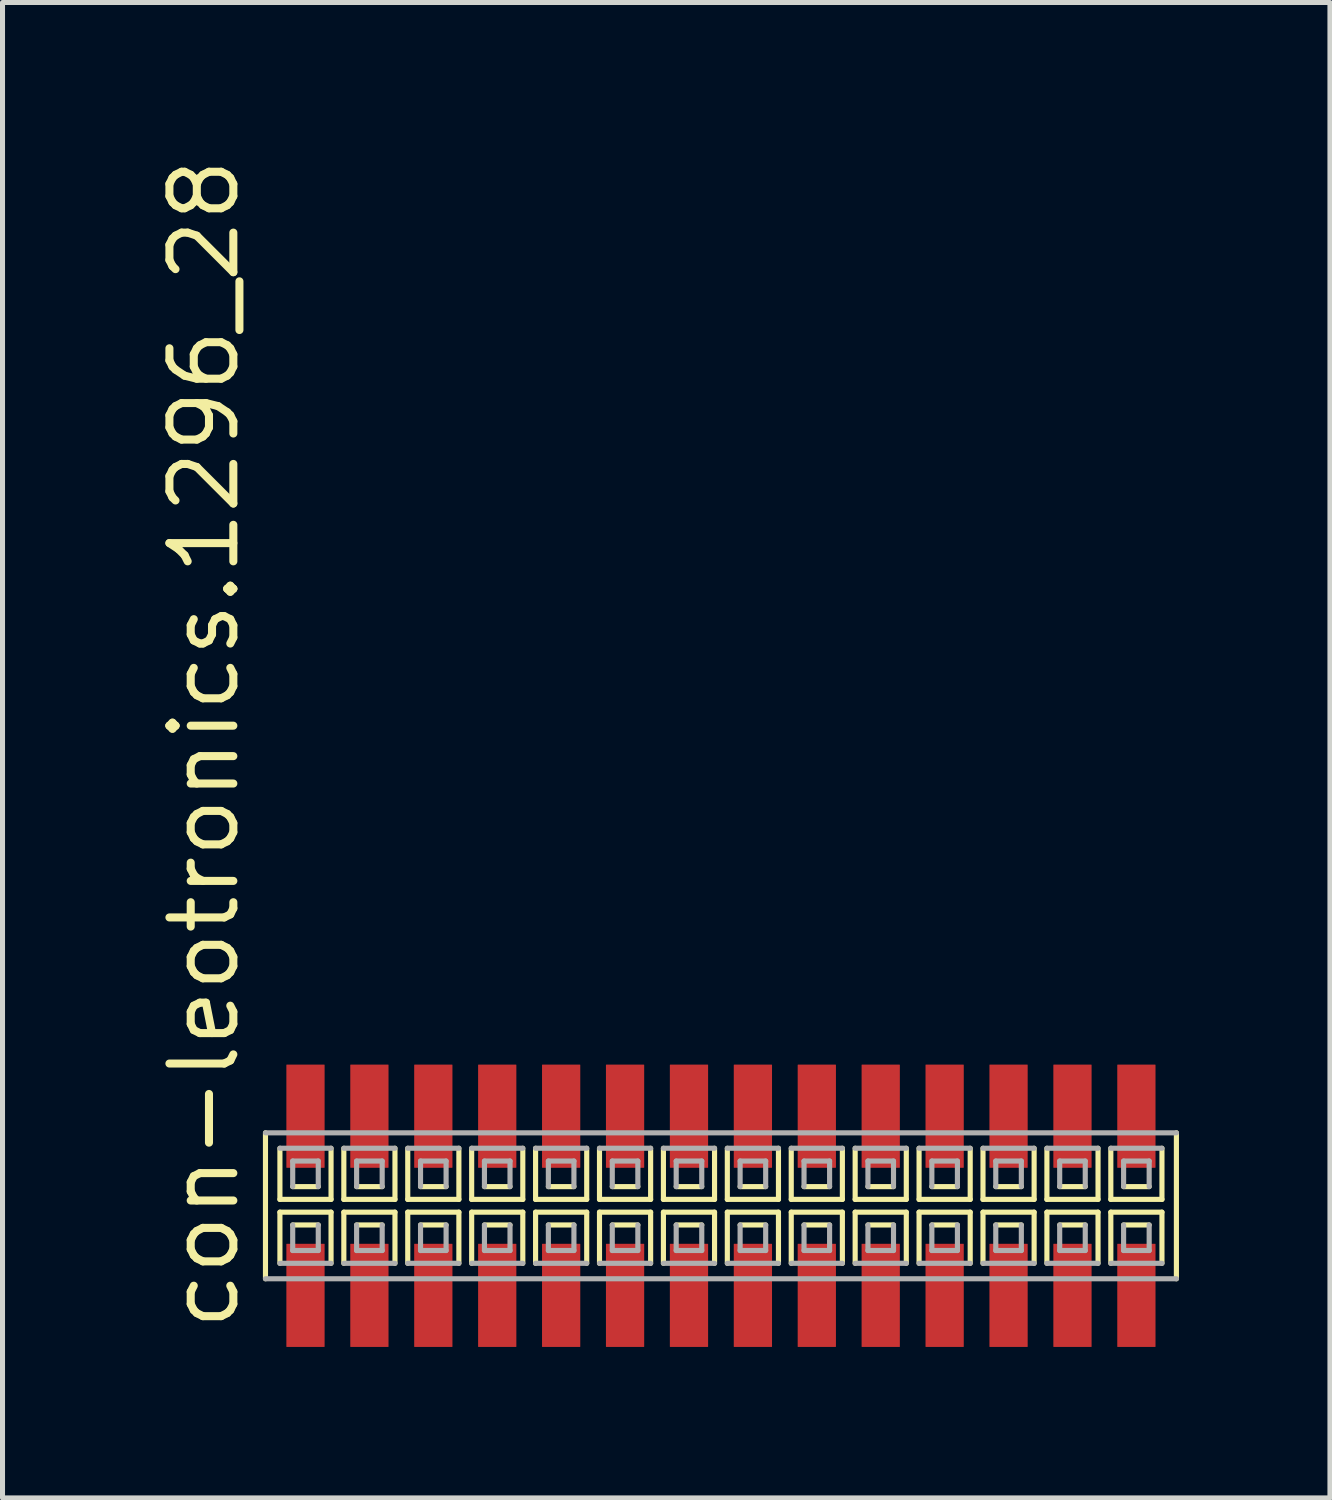
<source format=kicad_pcb>
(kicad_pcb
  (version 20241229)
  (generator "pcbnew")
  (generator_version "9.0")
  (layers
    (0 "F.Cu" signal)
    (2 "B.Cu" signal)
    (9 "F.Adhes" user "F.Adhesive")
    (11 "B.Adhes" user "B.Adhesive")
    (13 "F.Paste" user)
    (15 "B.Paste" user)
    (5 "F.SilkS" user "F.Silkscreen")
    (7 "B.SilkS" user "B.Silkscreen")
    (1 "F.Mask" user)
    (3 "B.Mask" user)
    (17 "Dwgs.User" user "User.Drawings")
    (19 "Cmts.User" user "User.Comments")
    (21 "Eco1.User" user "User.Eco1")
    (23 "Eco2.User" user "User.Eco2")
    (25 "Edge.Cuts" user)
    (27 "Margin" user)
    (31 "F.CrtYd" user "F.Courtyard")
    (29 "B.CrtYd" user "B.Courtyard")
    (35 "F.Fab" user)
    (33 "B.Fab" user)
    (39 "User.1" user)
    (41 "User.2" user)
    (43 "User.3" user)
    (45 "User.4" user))
  (footprint "con-leotronics.1296_28"
    (layer "F.Cu")
    (at 11.275 20.909)
    (property "Reference" "con-leotronics.1296_28" (at -9.525 2.54 90) (layer "F.SilkS") (effects (font (size 1.27 1.27) (thickness 0.16)) (justify left bottom)))
    (attr smd)
    (fp_line (start -9.05 -1.45) (end -9.05 1.45) (stroke (width 0.102) (type default)) (layer "F.SilkS"))
    (fp_line (start -8.763 -1.143) (end -8.763 -0.127) (stroke (width 0.102) (type default)) (layer "F.SilkS"))
    (fp_line (start -8.763 -0.127) (end -7.747 -0.127) (stroke (width 0.102) (type default)) (layer "F.SilkS"))
    (fp_line (start -8.763 0.127) (end -8.763 1.143) (stroke (width 0.102) (type default)) (layer "F.SilkS"))
    (fp_line (start -8.509 -0.381) (end -8.001 -0.381) (stroke (width 0.102) (type default)) (layer "F.SilkS"))
    (fp_line (start -8.001 0.381) (end -8.509 0.381) (stroke (width 0.102) (type default)) (layer "F.SilkS"))
    (fp_line (start -7.747 -0.127) (end -7.747 -1.143) (stroke (width 0.102) (type default)) (layer "F.SilkS"))
    (fp_line (start -7.747 0.127) (end -8.763 0.127) (stroke (width 0.102) (type default)) (layer "F.SilkS"))
    (fp_line (start -7.747 1.143) (end -7.747 0.127) (stroke (width 0.102) (type default)) (layer "F.SilkS"))
    (fp_line (start -7.493 -1.143) (end -7.493 -0.127) (stroke (width 0.102) (type default)) (layer "F.SilkS"))
    (fp_line (start -7.493 -0.127) (end -6.477 -0.127) (stroke (width 0.102) (type default)) (layer "F.SilkS"))
    (fp_line (start -7.493 0.127) (end -7.493 1.143) (stroke (width 0.102) (type default)) (layer "F.SilkS"))
    (fp_line (start -7.239 -0.381) (end -6.731 -0.381) (stroke (width 0.102) (type default)) (layer "F.SilkS"))
    (fp_line (start -6.731 0.381) (end -7.239 0.381) (stroke (width 0.102) (type default)) (layer "F.SilkS"))
    (fp_line (start -6.477 -0.127) (end -6.477 -1.143) (stroke (width 0.102) (type default)) (layer "F.SilkS"))
    (fp_line (start -6.477 0.127) (end -7.493 0.127) (stroke (width 0.102) (type default)) (layer "F.SilkS"))
    (fp_line (start -6.477 1.143) (end -6.477 0.127) (stroke (width 0.102) (type default)) (layer "F.SilkS"))
    (fp_line (start -6.223 -1.143) (end -6.223 -0.127) (stroke (width 0.102) (type default)) (layer "F.SilkS"))
    (fp_line (start -6.223 -0.127) (end -5.207 -0.127) (stroke (width 0.102) (type default)) (layer "F.SilkS"))
    (fp_line (start -6.223 0.127) (end -6.223 1.143) (stroke (width 0.102) (type default)) (layer "F.SilkS"))
    (fp_line (start -5.969 -0.381) (end -5.461 -0.381) (stroke (width 0.102) (type default)) (layer "F.SilkS"))
    (fp_line (start -5.461 0.381) (end -5.969 0.381) (stroke (width 0.102) (type default)) (layer "F.SilkS"))
    (fp_line (start -5.207 -0.127) (end -5.207 -1.143) (stroke (width 0.102) (type default)) (layer "F.SilkS"))
    (fp_line (start -5.207 0.127) (end -6.223 0.127) (stroke (width 0.102) (type default)) (layer "F.SilkS"))
    (fp_line (start -5.207 1.143) (end -5.207 0.127) (stroke (width 0.102) (type default)) (layer "F.SilkS"))
    (fp_line (start -4.953 -1.143) (end -4.953 -0.127) (stroke (width 0.102) (type default)) (layer "F.SilkS"))
    (fp_line (start -4.953 -0.127) (end -3.937 -0.127) (stroke (width 0.102) (type default)) (layer "F.SilkS"))
    (fp_line (start -4.953 0.127) (end -4.953 1.143) (stroke (width 0.102) (type default)) (layer "F.SilkS"))
    (fp_line (start -4.699 -0.381) (end -4.191 -0.381) (stroke (width 0.102) (type default)) (layer "F.SilkS"))
    (fp_line (start -4.191 0.381) (end -4.699 0.381) (stroke (width 0.102) (type default)) (layer "F.SilkS"))
    (fp_line (start -3.937 -0.127) (end -3.937 -1.143) (stroke (width 0.102) (type default)) (layer "F.SilkS"))
    (fp_line (start -3.937 0.127) (end -4.953 0.127) (stroke (width 0.102) (type default)) (layer "F.SilkS"))
    (fp_line (start -3.937 1.143) (end -3.937 0.127) (stroke (width 0.102) (type default)) (layer "F.SilkS"))
    (fp_line (start -3.683 -1.143) (end -3.683 -0.127) (stroke (width 0.102) (type default)) (layer "F.SilkS"))
    (fp_line (start -3.683 -0.127) (end -2.667 -0.127) (stroke (width 0.102) (type default)) (layer "F.SilkS"))
    (fp_line (start -3.683 0.127) (end -3.683 1.143) (stroke (width 0.102) (type default)) (layer "F.SilkS"))
    (fp_line (start -3.429 -0.381) (end -2.921 -0.381) (stroke (width 0.102) (type default)) (layer "F.SilkS"))
    (fp_line (start -2.921 0.381) (end -3.429 0.381) (stroke (width 0.102) (type default)) (layer "F.SilkS"))
    (fp_line (start -2.667 -0.127) (end -2.667 -1.143) (stroke (width 0.102) (type default)) (layer "F.SilkS"))
    (fp_line (start -2.667 0.127) (end -3.683 0.127) (stroke (width 0.102) (type default)) (layer "F.SilkS"))
    (fp_line (start -2.667 1.143) (end -2.667 0.127) (stroke (width 0.102) (type default)) (layer "F.SilkS"))
    (fp_line (start -2.413 -1.143) (end -2.413 -0.127) (stroke (width 0.102) (type default)) (layer "F.SilkS"))
    (fp_line (start -2.413 -0.127) (end -1.397 -0.127) (stroke (width 0.102) (type default)) (layer "F.SilkS"))
    (fp_line (start -2.413 0.127) (end -2.413 1.143) (stroke (width 0.102) (type default)) (layer "F.SilkS"))
    (fp_line (start -2.159 -0.381) (end -1.651 -0.381) (stroke (width 0.102) (type default)) (layer "F.SilkS"))
    (fp_line (start -1.651 0.381) (end -2.159 0.381) (stroke (width 0.102) (type default)) (layer "F.SilkS"))
    (fp_line (start -1.397 -0.127) (end -1.397 -1.143) (stroke (width 0.102) (type default)) (layer "F.SilkS"))
    (fp_line (start -1.397 0.127) (end -2.413 0.127) (stroke (width 0.102) (type default)) (layer "F.SilkS"))
    (fp_line (start -1.397 1.143) (end -1.397 0.127) (stroke (width 0.102) (type default)) (layer "F.SilkS"))
    (fp_line (start -1.143 -1.143) (end -1.143 -0.127) (stroke (width 0.102) (type default)) (layer "F.SilkS"))
    (fp_line (start -1.143 -0.127) (end -0.127 -0.127) (stroke (width 0.102) (type default)) (layer "F.SilkS"))
    (fp_line (start -1.143 0.127) (end -1.143 1.143) (stroke (width 0.102) (type default)) (layer "F.SilkS"))
    (fp_line (start -0.889 -0.381) (end -0.381 -0.381) (stroke (width 0.102) (type default)) (layer "F.SilkS"))
    (fp_line (start -0.381 0.381) (end -0.889 0.381) (stroke (width 0.102) (type default)) (layer "F.SilkS"))
    (fp_line (start -0.127 -0.127) (end -0.127 -1.143) (stroke (width 0.102) (type default)) (layer "F.SilkS"))
    (fp_line (start -0.127 0.127) (end -1.143 0.127) (stroke (width 0.102) (type default)) (layer "F.SilkS"))
    (fp_line (start -0.127 1.143) (end -0.127 0.127) (stroke (width 0.102) (type default)) (layer "F.SilkS"))
    (fp_line (start 0.127 -1.143) (end 0.127 -0.127) (stroke (width 0.102) (type default)) (layer "F.SilkS"))
    (fp_line (start 0.127 -0.127) (end 1.143 -0.127) (stroke (width 0.102) (type default)) (layer "F.SilkS"))
    (fp_line (start 0.127 0.127) (end 0.127 1.143) (stroke (width 0.102) (type default)) (layer "F.SilkS"))
    (fp_line (start 0.381 -0.381) (end 0.889 -0.381) (stroke (width 0.102) (type default)) (layer "F.SilkS"))
    (fp_line (start 0.889 0.381) (end 0.381 0.381) (stroke (width 0.102) (type default)) (layer "F.SilkS"))
    (fp_line (start 1.143 -0.127) (end 1.143 -1.143) (stroke (width 0.102) (type default)) (layer "F.SilkS"))
    (fp_line (start 1.143 0.127) (end 0.127 0.127) (stroke (width 0.102) (type default)) (layer "F.SilkS"))
    (fp_line (start 1.143 1.143) (end 1.143 0.127) (stroke (width 0.102) (type default)) (layer "F.SilkS"))
    (fp_line (start 1.397 -1.143) (end 1.397 -0.127) (stroke (width 0.102) (type default)) (layer "F.SilkS"))
    (fp_line (start 1.397 -0.127) (end 2.413 -0.127) (stroke (width 0.102) (type default)) (layer "F.SilkS"))
    (fp_line (start 1.397 0.127) (end 1.397 1.143) (stroke (width 0.102) (type default)) (layer "F.SilkS"))
    (fp_line (start 1.651 -0.381) (end 2.159 -0.381) (stroke (width 0.102) (type default)) (layer "F.SilkS"))
    (fp_line (start 2.159 0.381) (end 1.651 0.381) (stroke (width 0.102) (type default)) (layer "F.SilkS"))
    (fp_line (start 2.413 -0.127) (end 2.413 -1.143) (stroke (width 0.102) (type default)) (layer "F.SilkS"))
    (fp_line (start 2.413 0.127) (end 1.397 0.127) (stroke (width 0.102) (type default)) (layer "F.SilkS"))
    (fp_line (start 2.413 1.143) (end 2.413 0.127) (stroke (width 0.102) (type default)) (layer "F.SilkS"))
    (fp_line (start 2.667 -1.143) (end 2.667 -0.127) (stroke (width 0.102) (type default)) (layer "F.SilkS"))
    (fp_line (start 2.667 -0.127) (end 3.683 -0.127) (stroke (width 0.102) (type default)) (layer "F.SilkS"))
    (fp_line (start 2.667 0.127) (end 2.667 1.143) (stroke (width 0.102) (type default)) (layer "F.SilkS"))
    (fp_line (start 2.921 -0.381) (end 3.429 -0.381) (stroke (width 0.102) (type default)) (layer "F.SilkS"))
    (fp_line (start 3.429 0.381) (end 2.921 0.381) (stroke (width 0.102) (type default)) (layer "F.SilkS"))
    (fp_line (start 3.683 -0.127) (end 3.683 -1.143) (stroke (width 0.102) (type default)) (layer "F.SilkS"))
    (fp_line (start 3.683 0.127) (end 2.667 0.127) (stroke (width 0.102) (type default)) (layer "F.SilkS"))
    (fp_line (start 3.683 1.143) (end 3.683 0.127) (stroke (width 0.102) (type default)) (layer "F.SilkS"))
    (fp_line (start 3.937 -1.143) (end 3.937 -0.127) (stroke (width 0.102) (type default)) (layer "F.SilkS"))
    (fp_line (start 3.937 -0.127) (end 4.953 -0.127) (stroke (width 0.102) (type default)) (layer "F.SilkS"))
    (fp_line (start 3.937 0.127) (end 3.937 1.143) (stroke (width 0.102) (type default)) (layer "F.SilkS"))
    (fp_line (start 4.191 -0.381) (end 4.699 -0.381) (stroke (width 0.102) (type default)) (layer "F.SilkS"))
    (fp_line (start 4.699 0.381) (end 4.191 0.381) (stroke (width 0.102) (type default)) (layer "F.SilkS"))
    (fp_line (start 4.953 -0.127) (end 4.953 -1.143) (stroke (width 0.102) (type default)) (layer "F.SilkS"))
    (fp_line (start 4.953 0.127) (end 3.937 0.127) (stroke (width 0.102) (type default)) (layer "F.SilkS"))
    (fp_line (start 4.953 1.143) (end 4.953 0.127) (stroke (width 0.102) (type default)) (layer "F.SilkS"))
    (fp_line (start 5.207 -1.143) (end 5.207 -0.127) (stroke (width 0.102) (type default)) (layer "F.SilkS"))
    (fp_line (start 5.207 -0.127) (end 6.223 -0.127) (stroke (width 0.102) (type default)) (layer "F.SilkS"))
    (fp_line (start 5.207 0.127) (end 5.207 1.143) (stroke (width 0.102) (type default)) (layer "F.SilkS"))
    (fp_line (start 5.461 -0.381) (end 5.969 -0.381) (stroke (width 0.102) (type default)) (layer "F.SilkS"))
    (fp_line (start 5.969 0.381) (end 5.461 0.381) (stroke (width 0.102) (type default)) (layer "F.SilkS"))
    (fp_line (start 6.223 -0.127) (end 6.223 -1.143) (stroke (width 0.102) (type default)) (layer "F.SilkS"))
    (fp_line (start 6.223 0.127) (end 5.207 0.127) (stroke (width 0.102) (type default)) (layer "F.SilkS"))
    (fp_line (start 6.223 1.143) (end 6.223 0.127) (stroke (width 0.102) (type default)) (layer "F.SilkS"))
    (fp_line (start 6.477 -1.143) (end 6.477 -0.127) (stroke (width 0.102) (type default)) (layer "F.SilkS"))
    (fp_line (start 6.477 -0.127) (end 7.493 -0.127) (stroke (width 0.102) (type default)) (layer "F.SilkS"))
    (fp_line (start 6.477 0.127) (end 6.477 1.143) (stroke (width 0.102) (type default)) (layer "F.SilkS"))
    (fp_line (start 6.731 -0.381) (end 7.239 -0.381) (stroke (width 0.102) (type default)) (layer "F.SilkS"))
    (fp_line (start 7.239 0.381) (end 6.731 0.381) (stroke (width 0.102) (type default)) (layer "F.SilkS"))
    (fp_line (start 7.493 -0.127) (end 7.493 -1.143) (stroke (width 0.102) (type default)) (layer "F.SilkS"))
    (fp_line (start 7.493 0.127) (end 6.477 0.127) (stroke (width 0.102) (type default)) (layer "F.SilkS"))
    (fp_line (start 7.493 1.143) (end 7.493 0.127) (stroke (width 0.102) (type default)) (layer "F.SilkS"))
    (fp_line (start 7.747 -1.143) (end 7.747 -0.127) (stroke (width 0.102) (type default)) (layer "F.SilkS"))
    (fp_line (start 7.747 -0.127) (end 8.763 -0.127) (stroke (width 0.102) (type default)) (layer "F.SilkS"))
    (fp_line (start 7.747 0.127) (end 7.747 1.143) (stroke (width 0.102) (type default)) (layer "F.SilkS"))
    (fp_line (start 8.001 -0.381) (end 8.509 -0.381) (stroke (width 0.102) (type default)) (layer "F.SilkS"))
    (fp_line (start 8.509 0.381) (end 8.001 0.381) (stroke (width 0.102) (type default)) (layer "F.SilkS"))
    (fp_line (start 8.763 -0.127) (end 8.763 -1.143) (stroke (width 0.102) (type default)) (layer "F.SilkS"))
    (fp_line (start 8.763 0.127) (end 7.747 0.127) (stroke (width 0.102) (type default)) (layer "F.SilkS"))
    (fp_line (start 8.763 1.143) (end 8.763 0.127) (stroke (width 0.102) (type default)) (layer "F.SilkS"))
    (fp_line (start 9.05 1.45) (end 9.05 -1.45) (stroke (width 0.102) (type default)) (layer "F.SilkS"))
    (fp_line (start -9.05 1.45) (end 9.05 1.45) (stroke (width 0.102) (type default)) (layer "F.Fab"))
    (fp_line (start -8.763 1.143) (end -7.747 1.143) (stroke (width 0.102) (type default)) (layer "F.Fab"))
    (fp_line (start -8.509 -0.889) (end -8.509 -0.381) (stroke (width 0.102) (type default)) (layer "F.Fab"))
    (fp_line (start -8.509 0.381) (end -8.509 0.889) (stroke (width 0.102) (type default)) (layer "F.Fab"))
    (fp_line (start -8.509 0.889) (end -8.001 0.889) (stroke (width 0.102) (type default)) (layer "F.Fab"))
    (fp_line (start -8.001 -0.889) (end -8.509 -0.889) (stroke (width 0.102) (type default)) (layer "F.Fab"))
    (fp_line (start -8.001 -0.381) (end -8.001 -0.889) (stroke (width 0.102) (type default)) (layer "F.Fab"))
    (fp_line (start -8.001 0.889) (end -8.001 0.381) (stroke (width 0.102) (type default)) (layer "F.Fab"))
    (fp_line (start -7.747 -1.143) (end -8.763 -1.143) (stroke (width 0.102) (type default)) (layer "F.Fab"))
    (fp_line (start -7.493 1.143) (end -6.477 1.143) (stroke (width 0.102) (type default)) (layer "F.Fab"))
    (fp_line (start -7.239 -0.889) (end -7.239 -0.381) (stroke (width 0.102) (type default)) (layer "F.Fab"))
    (fp_line (start -7.239 0.381) (end -7.239 0.889) (stroke (width 0.102) (type default)) (layer "F.Fab"))
    (fp_line (start -7.239 0.889) (end -6.731 0.889) (stroke (width 0.102) (type default)) (layer "F.Fab"))
    (fp_line (start -6.731 -0.889) (end -7.239 -0.889) (stroke (width 0.102) (type default)) (layer "F.Fab"))
    (fp_line (start -6.731 -0.381) (end -6.731 -0.889) (stroke (width 0.102) (type default)) (layer "F.Fab"))
    (fp_line (start -6.731 0.889) (end -6.731 0.381) (stroke (width 0.102) (type default)) (layer "F.Fab"))
    (fp_line (start -6.477 -1.143) (end -7.493 -1.143) (stroke (width 0.102) (type default)) (layer "F.Fab"))
    (fp_line (start -6.223 1.143) (end -5.207 1.143) (stroke (width 0.102) (type default)) (layer "F.Fab"))
    (fp_line (start -5.969 -0.889) (end -5.969 -0.381) (stroke (width 0.102) (type default)) (layer "F.Fab"))
    (fp_line (start -5.969 0.381) (end -5.969 0.889) (stroke (width 0.102) (type default)) (layer "F.Fab"))
    (fp_line (start -5.969 0.889) (end -5.461 0.889) (stroke (width 0.102) (type default)) (layer "F.Fab"))
    (fp_line (start -5.461 -0.889) (end -5.969 -0.889) (stroke (width 0.102) (type default)) (layer "F.Fab"))
    (fp_line (start -5.461 -0.381) (end -5.461 -0.889) (stroke (width 0.102) (type default)) (layer "F.Fab"))
    (fp_line (start -5.461 0.889) (end -5.461 0.381) (stroke (width 0.102) (type default)) (layer "F.Fab"))
    (fp_line (start -5.207 -1.143) (end -6.223 -1.143) (stroke (width 0.102) (type default)) (layer "F.Fab"))
    (fp_line (start -4.953 1.143) (end -3.937 1.143) (stroke (width 0.102) (type default)) (layer "F.Fab"))
    (fp_line (start -4.699 -0.889) (end -4.699 -0.381) (stroke (width 0.102) (type default)) (layer "F.Fab"))
    (fp_line (start -4.699 0.381) (end -4.699 0.889) (stroke (width 0.102) (type default)) (layer "F.Fab"))
    (fp_line (start -4.699 0.889) (end -4.191 0.889) (stroke (width 0.102) (type default)) (layer "F.Fab"))
    (fp_line (start -4.191 -0.889) (end -4.699 -0.889) (stroke (width 0.102) (type default)) (layer "F.Fab"))
    (fp_line (start -4.191 -0.381) (end -4.191 -0.889) (stroke (width 0.102) (type default)) (layer "F.Fab"))
    (fp_line (start -4.191 0.889) (end -4.191 0.381) (stroke (width 0.102) (type default)) (layer "F.Fab"))
    (fp_line (start -3.937 -1.143) (end -4.953 -1.143) (stroke (width 0.102) (type default)) (layer "F.Fab"))
    (fp_line (start -3.683 1.143) (end -2.667 1.143) (stroke (width 0.102) (type default)) (layer "F.Fab"))
    (fp_line (start -3.429 -0.889) (end -3.429 -0.381) (stroke (width 0.102) (type default)) (layer "F.Fab"))
    (fp_line (start -3.429 0.381) (end -3.429 0.889) (stroke (width 0.102) (type default)) (layer "F.Fab"))
    (fp_line (start -3.429 0.889) (end -2.921 0.889) (stroke (width 0.102) (type default)) (layer "F.Fab"))
    (fp_line (start -2.921 -0.889) (end -3.429 -0.889) (stroke (width 0.102) (type default)) (layer "F.Fab"))
    (fp_line (start -2.921 -0.381) (end -2.921 -0.889) (stroke (width 0.102) (type default)) (layer "F.Fab"))
    (fp_line (start -2.921 0.889) (end -2.921 0.381) (stroke (width 0.102) (type default)) (layer "F.Fab"))
    (fp_line (start -2.667 -1.143) (end -3.683 -1.143) (stroke (width 0.102) (type default)) (layer "F.Fab"))
    (fp_line (start -2.413 1.143) (end -1.397 1.143) (stroke (width 0.102) (type default)) (layer "F.Fab"))
    (fp_line (start -2.159 -0.889) (end -2.159 -0.381) (stroke (width 0.102) (type default)) (layer "F.Fab"))
    (fp_line (start -2.159 0.381) (end -2.159 0.889) (stroke (width 0.102) (type default)) (layer "F.Fab"))
    (fp_line (start -2.159 0.889) (end -1.651 0.889) (stroke (width 0.102) (type default)) (layer "F.Fab"))
    (fp_line (start -1.651 -0.889) (end -2.159 -0.889) (stroke (width 0.102) (type default)) (layer "F.Fab"))
    (fp_line (start -1.651 -0.381) (end -1.651 -0.889) (stroke (width 0.102) (type default)) (layer "F.Fab"))
    (fp_line (start -1.651 0.889) (end -1.651 0.381) (stroke (width 0.102) (type default)) (layer "F.Fab"))
    (fp_line (start -1.397 -1.143) (end -2.413 -1.143) (stroke (width 0.102) (type default)) (layer "F.Fab"))
    (fp_line (start -1.143 1.143) (end -0.127 1.143) (stroke (width 0.102) (type default)) (layer "F.Fab"))
    (fp_line (start -0.889 -0.889) (end -0.889 -0.381) (stroke (width 0.102) (type default)) (layer "F.Fab"))
    (fp_line (start -0.889 0.381) (end -0.889 0.889) (stroke (width 0.102) (type default)) (layer "F.Fab"))
    (fp_line (start -0.889 0.889) (end -0.381 0.889) (stroke (width 0.102) (type default)) (layer "F.Fab"))
    (fp_line (start -0.381 -0.889) (end -0.889 -0.889) (stroke (width 0.102) (type default)) (layer "F.Fab"))
    (fp_line (start -0.381 -0.381) (end -0.381 -0.889) (stroke (width 0.102) (type default)) (layer "F.Fab"))
    (fp_line (start -0.381 0.889) (end -0.381 0.381) (stroke (width 0.102) (type default)) (layer "F.Fab"))
    (fp_line (start -0.127 -1.143) (end -1.143 -1.143) (stroke (width 0.102) (type default)) (layer "F.Fab"))
    (fp_line (start 0.127 1.143) (end 1.143 1.143) (stroke (width 0.102) (type default)) (layer "F.Fab"))
    (fp_line (start 0.381 -0.889) (end 0.381 -0.381) (stroke (width 0.102) (type default)) (layer "F.Fab"))
    (fp_line (start 0.381 0.381) (end 0.381 0.889) (stroke (width 0.102) (type default)) (layer "F.Fab"))
    (fp_line (start 0.381 0.889) (end 0.889 0.889) (stroke (width 0.102) (type default)) (layer "F.Fab"))
    (fp_line (start 0.889 -0.889) (end 0.381 -0.889) (stroke (width 0.102) (type default)) (layer "F.Fab"))
    (fp_line (start 0.889 -0.381) (end 0.889 -0.889) (stroke (width 0.102) (type default)) (layer "F.Fab"))
    (fp_line (start 0.889 0.889) (end 0.889 0.381) (stroke (width 0.102) (type default)) (layer "F.Fab"))
    (fp_line (start 1.143 -1.143) (end 0.127 -1.143) (stroke (width 0.102) (type default)) (layer "F.Fab"))
    (fp_line (start 1.397 1.143) (end 2.413 1.143) (stroke (width 0.102) (type default)) (layer "F.Fab"))
    (fp_line (start 1.651 -0.889) (end 1.651 -0.381) (stroke (width 0.102) (type default)) (layer "F.Fab"))
    (fp_line (start 1.651 0.381) (end 1.651 0.889) (stroke (width 0.102) (type default)) (layer "F.Fab"))
    (fp_line (start 1.651 0.889) (end 2.159 0.889) (stroke (width 0.102) (type default)) (layer "F.Fab"))
    (fp_line (start 2.159 -0.889) (end 1.651 -0.889) (stroke (width 0.102) (type default)) (layer "F.Fab"))
    (fp_line (start 2.159 -0.381) (end 2.159 -0.889) (stroke (width 0.102) (type default)) (layer "F.Fab"))
    (fp_line (start 2.159 0.889) (end 2.159 0.381) (stroke (width 0.102) (type default)) (layer "F.Fab"))
    (fp_line (start 2.413 -1.143) (end 1.397 -1.143) (stroke (width 0.102) (type default)) (layer "F.Fab"))
    (fp_line (start 2.667 1.143) (end 3.683 1.143) (stroke (width 0.102) (type default)) (layer "F.Fab"))
    (fp_line (start 2.921 -0.889) (end 2.921 -0.381) (stroke (width 0.102) (type default)) (layer "F.Fab"))
    (fp_line (start 2.921 0.381) (end 2.921 0.889) (stroke (width 0.102) (type default)) (layer "F.Fab"))
    (fp_line (start 2.921 0.889) (end 3.429 0.889) (stroke (width 0.102) (type default)) (layer "F.Fab"))
    (fp_line (start 3.429 -0.889) (end 2.921 -0.889) (stroke (width 0.102) (type default)) (layer "F.Fab"))
    (fp_line (start 3.429 -0.381) (end 3.429 -0.889) (stroke (width 0.102) (type default)) (layer "F.Fab"))
    (fp_line (start 3.429 0.889) (end 3.429 0.381) (stroke (width 0.102) (type default)) (layer "F.Fab"))
    (fp_line (start 3.683 -1.143) (end 2.667 -1.143) (stroke (width 0.102) (type default)) (layer "F.Fab"))
    (fp_line (start 3.937 1.143) (end 4.953 1.143) (stroke (width 0.102) (type default)) (layer "F.Fab"))
    (fp_line (start 4.191 -0.889) (end 4.191 -0.381) (stroke (width 0.102) (type default)) (layer "F.Fab"))
    (fp_line (start 4.191 0.381) (end 4.191 0.889) (stroke (width 0.102) (type default)) (layer "F.Fab"))
    (fp_line (start 4.191 0.889) (end 4.699 0.889) (stroke (width 0.102) (type default)) (layer "F.Fab"))
    (fp_line (start 4.699 -0.889) (end 4.191 -0.889) (stroke (width 0.102) (type default)) (layer "F.Fab"))
    (fp_line (start 4.699 -0.381) (end 4.699 -0.889) (stroke (width 0.102) (type default)) (layer "F.Fab"))
    (fp_line (start 4.699 0.889) (end 4.699 0.381) (stroke (width 0.102) (type default)) (layer "F.Fab"))
    (fp_line (start 4.953 -1.143) (end 3.937 -1.143) (stroke (width 0.102) (type default)) (layer "F.Fab"))
    (fp_line (start 5.207 1.143) (end 6.223 1.143) (stroke (width 0.102) (type default)) (layer "F.Fab"))
    (fp_line (start 5.461 -0.889) (end 5.461 -0.381) (stroke (width 0.102) (type default)) (layer "F.Fab"))
    (fp_line (start 5.461 0.381) (end 5.461 0.889) (stroke (width 0.102) (type default)) (layer "F.Fab"))
    (fp_line (start 5.461 0.889) (end 5.969 0.889) (stroke (width 0.102) (type default)) (layer "F.Fab"))
    (fp_line (start 5.969 -0.889) (end 5.461 -0.889) (stroke (width 0.102) (type default)) (layer "F.Fab"))
    (fp_line (start 5.969 -0.381) (end 5.969 -0.889) (stroke (width 0.102) (type default)) (layer "F.Fab"))
    (fp_line (start 5.969 0.889) (end 5.969 0.381) (stroke (width 0.102) (type default)) (layer "F.Fab"))
    (fp_line (start 6.223 -1.143) (end 5.207 -1.143) (stroke (width 0.102) (type default)) (layer "F.Fab"))
    (fp_line (start 6.477 1.143) (end 7.493 1.143) (stroke (width 0.102) (type default)) (layer "F.Fab"))
    (fp_line (start 6.731 -0.889) (end 6.731 -0.381) (stroke (width 0.102) (type default)) (layer "F.Fab"))
    (fp_line (start 6.731 0.381) (end 6.731 0.889) (stroke (width 0.102) (type default)) (layer "F.Fab"))
    (fp_line (start 6.731 0.889) (end 7.239 0.889) (stroke (width 0.102) (type default)) (layer "F.Fab"))
    (fp_line (start 7.239 -0.889) (end 6.731 -0.889) (stroke (width 0.102) (type default)) (layer "F.Fab"))
    (fp_line (start 7.239 -0.381) (end 7.239 -0.889) (stroke (width 0.102) (type default)) (layer "F.Fab"))
    (fp_line (start 7.239 0.889) (end 7.239 0.381) (stroke (width 0.102) (type default)) (layer "F.Fab"))
    (fp_line (start 7.493 -1.143) (end 6.477 -1.143) (stroke (width 0.102) (type default)) (layer "F.Fab"))
    (fp_line (start 7.747 1.143) (end 8.763 1.143) (stroke (width 0.102) (type default)) (layer "F.Fab"))
    (fp_line (start 8.001 -0.889) (end 8.001 -0.381) (stroke (width 0.102) (type default)) (layer "F.Fab"))
    (fp_line (start 8.001 0.381) (end 8.001 0.889) (stroke (width 0.102) (type default)) (layer "F.Fab"))
    (fp_line (start 8.001 0.889) (end 8.509 0.889) (stroke (width 0.102) (type default)) (layer "F.Fab"))
    (fp_line (start 8.509 -0.889) (end 8.001 -0.889) (stroke (width 0.102) (type default)) (layer "F.Fab"))
    (fp_line (start 8.509 -0.381) (end 8.509 -0.889) (stroke (width 0.102) (type default)) (layer "F.Fab"))
    (fp_line (start 8.509 0.889) (end 8.509 0.381) (stroke (width 0.102) (type default)) (layer "F.Fab"))
    (fp_line (start 8.763 -1.143) (end 7.747 -1.143) (stroke (width 0.102) (type default)) (layer "F.Fab"))
    (fp_line (start 9.05 -1.45) (end -9.05 -1.45) (stroke (width 0.102) (type default)) (layer "F.Fab"))
    (pad "1" smd roundrect (at -8.255 1.78) (size 0.76 2.05) (layers "F.Cu" "F.Mask" "F.Paste") (roundrect_rratio 0.01))
    (pad "2" smd roundrect (at -8.255 -1.78) (size 0.76 2.05) (layers "F.Cu" "F.Mask" "F.Paste") (roundrect_rratio 0.01))
    (pad "3" smd roundrect (at -6.985 1.78) (size 0.76 2.05) (layers "F.Cu" "F.Mask" "F.Paste") (roundrect_rratio 0.01))
    (pad "4" smd roundrect (at -6.985 -1.78) (size 0.76 2.05) (layers "F.Cu" "F.Mask" "F.Paste") (roundrect_rratio 0.01))
    (pad "5" smd roundrect (at -5.715 1.78) (size 0.76 2.05) (layers "F.Cu" "F.Mask" "F.Paste") (roundrect_rratio 0.01))
    (pad "6" smd roundrect (at -5.715 -1.78) (size 0.76 2.05) (layers "F.Cu" "F.Mask" "F.Paste") (roundrect_rratio 0.01))
    (pad "7" smd roundrect (at -4.445 1.78) (size 0.76 2.05) (layers "F.Cu" "F.Mask" "F.Paste") (roundrect_rratio 0.01))
    (pad "8" smd roundrect (at -4.445 -1.78) (size 0.76 2.05) (layers "F.Cu" "F.Mask" "F.Paste") (roundrect_rratio 0.01))
    (pad "9" smd roundrect (at -3.175 1.78) (size 0.76 2.05) (layers "F.Cu" "F.Mask" "F.Paste") (roundrect_rratio 0.01))
    (pad "10" smd roundrect (at -3.175 -1.78) (size 0.76 2.05) (layers "F.Cu" "F.Mask" "F.Paste") (roundrect_rratio 0.01))
    (pad "11" smd roundrect (at -1.905 1.78) (size 0.76 2.05) (layers "F.Cu" "F.Mask" "F.Paste") (roundrect_rratio 0.01))
    (pad "12" smd roundrect (at -1.905 -1.78) (size 0.76 2.05) (layers "F.Cu" "F.Mask" "F.Paste") (roundrect_rratio 0.01))
    (pad "13" smd roundrect (at -0.635 1.78) (size 0.76 2.05) (layers "F.Cu" "F.Mask" "F.Paste") (roundrect_rratio 0.01))
    (pad "14" smd roundrect (at -0.635 -1.78) (size 0.76 2.05) (layers "F.Cu" "F.Mask" "F.Paste") (roundrect_rratio 0.01))
    (pad "15" smd roundrect (at 0.635 1.78) (size 0.76 2.05) (layers "F.Cu" "F.Mask" "F.Paste") (roundrect_rratio 0.01))
    (pad "16" smd roundrect (at 0.635 -1.78) (size 0.76 2.05) (layers "F.Cu" "F.Mask" "F.Paste") (roundrect_rratio 0.01))
    (pad "17" smd roundrect (at 1.905 1.78) (size 0.76 2.05) (layers "F.Cu" "F.Mask" "F.Paste") (roundrect_rratio 0.01))
    (pad "18" smd roundrect (at 1.905 -1.78) (size 0.76 2.05) (layers "F.Cu" "F.Mask" "F.Paste") (roundrect_rratio 0.01))
    (pad "19" smd roundrect (at 3.175 1.78) (size 0.76 2.05) (layers "F.Cu" "F.Mask" "F.Paste") (roundrect_rratio 0.01))
    (pad "20" smd roundrect (at 3.175 -1.78) (size 0.76 2.05) (layers "F.Cu" "F.Mask" "F.Paste") (roundrect_rratio 0.01))
    (pad "21" smd roundrect (at 4.445 1.78) (size 0.76 2.05) (layers "F.Cu" "F.Mask" "F.Paste") (roundrect_rratio 0.01))
    (pad "22" smd roundrect (at 4.445 -1.78) (size 0.76 2.05) (layers "F.Cu" "F.Mask" "F.Paste") (roundrect_rratio 0.01))
    (pad "23" smd roundrect (at 5.715 1.78) (size 0.76 2.05) (layers "F.Cu" "F.Mask" "F.Paste") (roundrect_rratio 0.01))
    (pad "24" smd roundrect (at 5.715 -1.78) (size 0.76 2.05) (layers "F.Cu" "F.Mask" "F.Paste") (roundrect_rratio 0.01))
    (pad "25" smd roundrect (at 6.985 1.78) (size 0.76 2.05) (layers "F.Cu" "F.Mask" "F.Paste") (roundrect_rratio 0.01))
    (pad "26" smd roundrect (at 6.985 -1.78) (size 0.76 2.05) (layers "F.Cu" "F.Mask" "F.Paste") (roundrect_rratio 0.01))
    (pad "27" smd roundrect (at 8.255 1.78) (size 0.76 2.05) (layers "F.Cu" "F.Mask" "F.Paste") (roundrect_rratio 0.01))
    (pad "28" smd roundrect (at 8.255 -1.78) (size 0.76 2.05) (layers "F.Cu" "F.Mask" "F.Paste") (roundrect_rratio 0.01)))
  (gr_rect
    (start -3 -3)
    (end 23.376 26.714)
    (stroke (width 0.1) (type default))
    (fill no)
    (layer "Edge.Cuts")))
</source>
